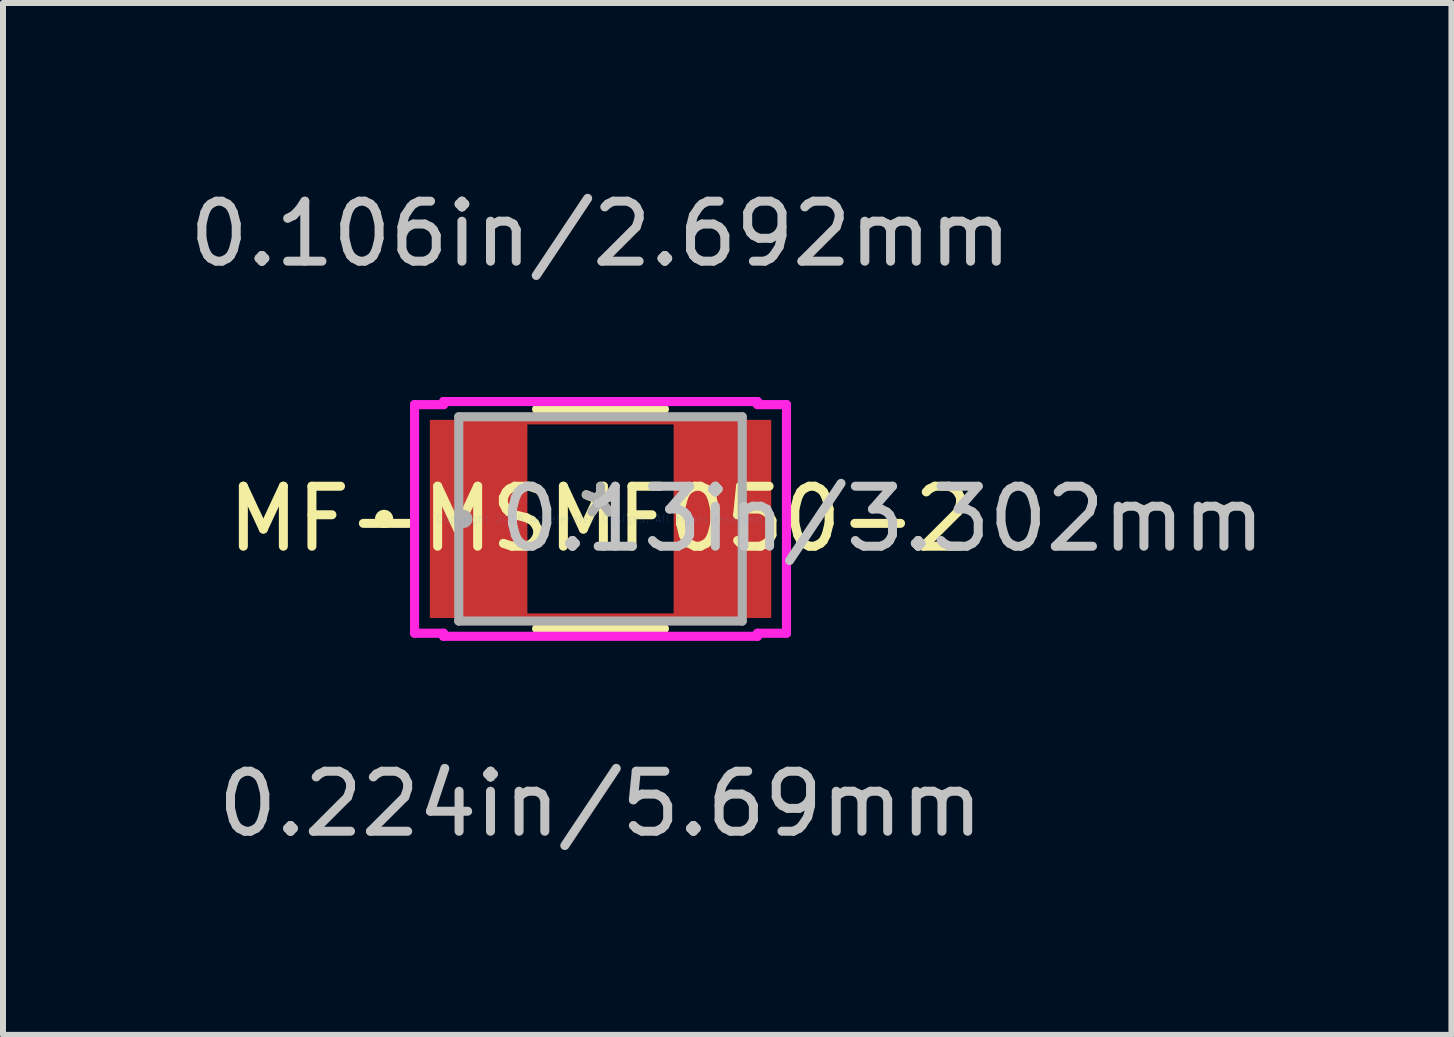
<source format=kicad_pcb>
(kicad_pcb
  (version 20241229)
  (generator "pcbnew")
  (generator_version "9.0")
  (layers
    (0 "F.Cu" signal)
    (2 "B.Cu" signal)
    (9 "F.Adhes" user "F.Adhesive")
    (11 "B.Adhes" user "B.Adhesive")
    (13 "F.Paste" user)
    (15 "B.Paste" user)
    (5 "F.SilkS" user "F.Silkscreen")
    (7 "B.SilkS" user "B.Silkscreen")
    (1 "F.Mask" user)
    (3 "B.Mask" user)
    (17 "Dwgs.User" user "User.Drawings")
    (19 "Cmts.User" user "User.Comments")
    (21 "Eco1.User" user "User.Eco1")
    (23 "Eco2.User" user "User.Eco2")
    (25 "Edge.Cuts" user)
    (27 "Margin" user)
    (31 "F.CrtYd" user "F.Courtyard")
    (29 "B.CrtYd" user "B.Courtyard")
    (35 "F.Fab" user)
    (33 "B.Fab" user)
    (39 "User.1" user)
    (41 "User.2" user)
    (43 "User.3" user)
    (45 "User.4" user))
  (footprint "MF-MSMF050-2"
    (layer "F.Cu")
    (at 6.958 5.598)
    (property "Reference" "MF-MSMF050-2" (at 0 0 0) (layer "F.SilkS") (effects (font (size 1 1) (thickness 0.15))))
    (attr through_hole)
    (fp_line (start -1.295 -1.651) (end 1.295 -1.651) (stroke (width 0.152) (type solid)) (layer "F.Cu"))
    (fp_line (start -1.295 1.651) (end -1.295 -1.651) (stroke (width 0.152) (type solid)) (layer "F.Cu"))
    (fp_line (start 1.295 -1.651) (end 1.295 1.651) (stroke (width 0.152) (type solid)) (layer "F.Cu"))
    (fp_line (start 1.295 1.651) (end -1.295 1.651) (stroke (width 0.152) (type solid)) (layer "F.Cu"))
    (fp_line (start -1.065 1.829) (end 1.065 1.829) (stroke (width 0.152) (type solid)) (layer "F.SilkS"))
    (fp_line (start 1.065 -1.829) (end -1.065 -1.829) (stroke (width 0.152) (type solid)) (layer "F.SilkS"))
    (fp_circle (center -3.607 0) (end -3.531 0) (stroke (width 0.152) (type solid)) (fill no) (layer "F.SilkS"))
    (fp_line (start -3.099 -1.905) (end -2.616 -1.905) (stroke (width 0.152) (type solid)) (layer "F.CrtYd"))
    (fp_line (start -3.099 1.905) (end -3.099 -1.905) (stroke (width 0.152) (type solid)) (layer "F.CrtYd"))
    (fp_line (start -2.616 -1.956) (end 2.616 -1.956) (stroke (width 0.152) (type solid)) (layer "F.CrtYd"))
    (fp_line (start -2.616 -1.905) (end -2.616 -1.956) (stroke (width 0.152) (type solid)) (layer "F.CrtYd"))
    (fp_line (start -2.616 1.905) (end -3.099 1.905) (stroke (width 0.152) (type solid)) (layer "F.CrtYd"))
    (fp_line (start -2.616 1.956) (end -2.616 1.905) (stroke (width 0.152) (type solid)) (layer "F.CrtYd"))
    (fp_line (start 2.616 -1.956) (end 2.616 -1.905) (stroke (width 0.152) (type solid)) (layer "F.CrtYd"))
    (fp_line (start 2.616 -1.905) (end 3.099 -1.905) (stroke (width 0.152) (type solid)) (layer "F.CrtYd"))
    (fp_line (start 2.616 1.905) (end 2.616 1.956) (stroke (width 0.152) (type solid)) (layer "F.CrtYd"))
    (fp_line (start 2.616 1.956) (end -2.616 1.956) (stroke (width 0.152) (type solid)) (layer "F.CrtYd"))
    (fp_line (start 3.099 -1.905) (end 3.099 1.905) (stroke (width 0.152) (type solid)) (layer "F.CrtYd"))
    (fp_line (start 3.099 1.905) (end 2.616 1.905) (stroke (width 0.152) (type solid)) (layer "F.CrtYd"))
    (fp_line (start -2.362 -1.702) (end -2.362 1.702) (stroke (width 0.152) (type solid)) (layer "F.Fab"))
    (fp_line (start -2.362 1.702) (end 2.362 1.702) (stroke (width 0.152) (type solid)) (layer "F.Fab"))
    (fp_line (start 2.362 -1.702) (end -2.362 -1.702) (stroke (width 0.152) (type solid)) (layer "F.Fab"))
    (fp_line (start 2.362 1.702) (end 2.362 -1.702) (stroke (width 0.152) (type solid)) (layer "F.Fab"))
    (fp_circle (center -2.286 0) (end -2.21 0) (stroke (width 0.152) (type solid)) (fill no) (layer "F.Fab"))
    (fp_text user "*" (at 0 0 0) (layer "F.SilkS") (effects (font (size 1 1) (thickness 0.15))))
    (fp_text user "0.13in/3.302mm" (at 4.699 0 0) (layer "Dwgs.User") (effects (font (size 1 1) (thickness 0.15))))
    (fp_text user "0.106in/2.692mm" (at 0 -4.75 0) (layer "Dwgs.User") (effects (font (size 1 1) (thickness 0.15))))
    (fp_text user "0.224in/5.69mm" (at 0 4.75 0) (layer "Dwgs.User") (effects (font (size 1 1) (thickness 0.15))))
    (fp_text user "Copyright 2016 Accelerated Designs. All rights reserved." (at 0 0 0) (layer "Cmts.User") (effects (font (size 0.127 0.127) (thickness 0.002))))
    (fp_text user "*" (at 0 0 0) (layer "F.Fab") (effects (font (size 1 1) (thickness 0.15))))
    (pad "1" smd rect (at -2.095 0) (size 1.499 3.302) (layers "F.Cu" "F.Mask" "F.Paste"))
    (pad "2" smd rect (at 2.095 0) (size 1.499 3.302) (layers "F.Cu" "F.Mask" "F.Paste")))
  (gr_rect
    (start -3 -3)
    (end 21.139 14.196)
    (stroke (width 0.1) (type default))
    (fill no)
    (layer "Edge.Cuts")))
</source>
